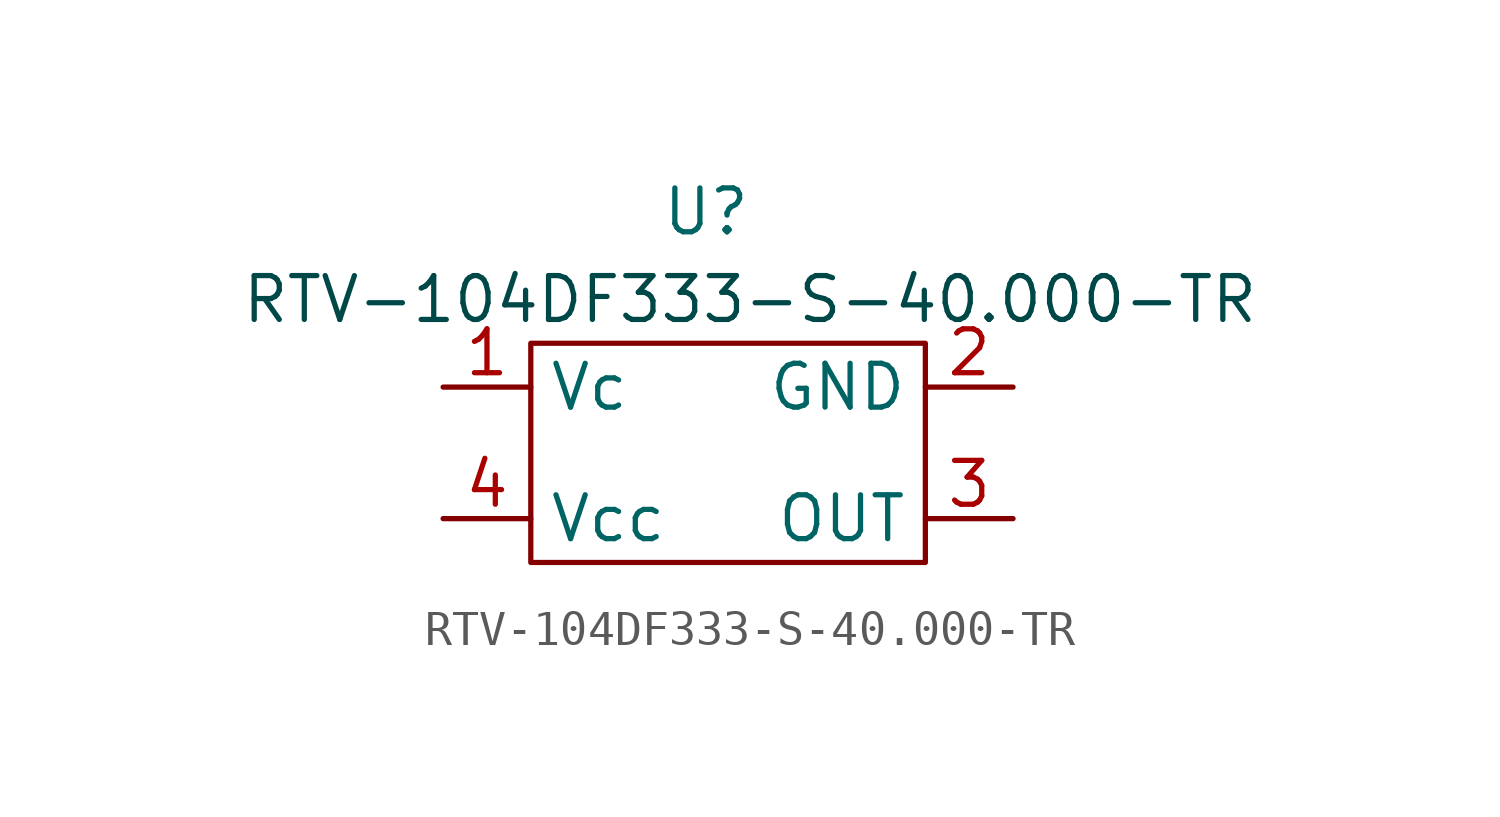
<source format=kicad_sym>
(kicad_symbol_lib
  (version 20220914)
  (generator kicad_symbol_editor)
  (symbol "RTV-104DF333-S-40.000-TR"
    (property "Reference" "U"
      (at 0 5.08 0)
      (effects (font (size 1.27 1.27))))
    (property "Value" ""
      (at 0 0 0)
      (effects (font (size 1.27 1.27))))
    (symbol "RTV-104DF333-S-40.000-TR_0_1"
      (rectangle (start -5.08 1.27) (end 6.35 -5.08) (stroke (width 0) (type default)) (fill (type none))))
    (symbol "RTV-104DF333-S-40.000-TR_1_1"
      (text "RTV-104DF333-S-40.000-TR\n" (at 1.27 2.54 0) (effects (font (size 1.27 1.27) (color 0 72 72 1))))
      (pin input line (at -7.62 0 0) (length 2.54) (name "Vc" (effects (font (size 1.27 1.27)))) (number "1" (effects (font (size 1.27 1.27)))))
      (pin input line (at 8.89 0 180) (length 2.54) (name "GND" (effects (font (size 1.27 1.27)))) (number "2" (effects (font (size 1.27 1.27)))))
      (pin input line (at 8.89 -3.81 180) (length 2.54) (name "OUT" (effects (font (size 1.27 1.27)))) (number "3" (effects (font (size 1.27 1.27)))))
      (pin input line (at -7.62 -3.81 0) (length 2.54) (name "Vcc" (effects (font (size 1.27 1.27)))) (number "4" (effects (font (size 1.27 1.27))))))))
</source>
